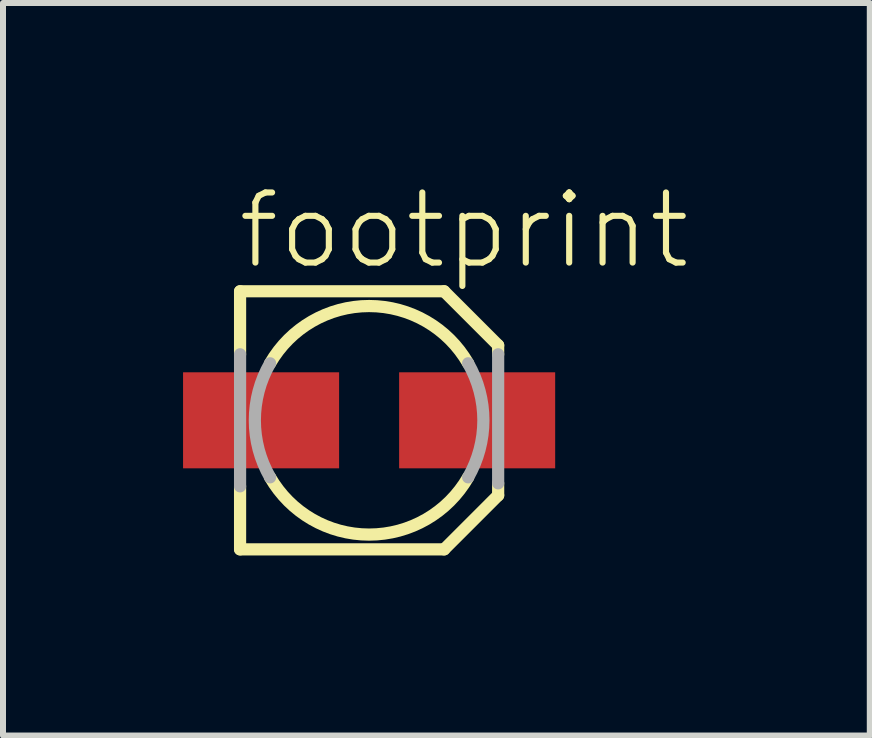
<source format=kicad_pcb>
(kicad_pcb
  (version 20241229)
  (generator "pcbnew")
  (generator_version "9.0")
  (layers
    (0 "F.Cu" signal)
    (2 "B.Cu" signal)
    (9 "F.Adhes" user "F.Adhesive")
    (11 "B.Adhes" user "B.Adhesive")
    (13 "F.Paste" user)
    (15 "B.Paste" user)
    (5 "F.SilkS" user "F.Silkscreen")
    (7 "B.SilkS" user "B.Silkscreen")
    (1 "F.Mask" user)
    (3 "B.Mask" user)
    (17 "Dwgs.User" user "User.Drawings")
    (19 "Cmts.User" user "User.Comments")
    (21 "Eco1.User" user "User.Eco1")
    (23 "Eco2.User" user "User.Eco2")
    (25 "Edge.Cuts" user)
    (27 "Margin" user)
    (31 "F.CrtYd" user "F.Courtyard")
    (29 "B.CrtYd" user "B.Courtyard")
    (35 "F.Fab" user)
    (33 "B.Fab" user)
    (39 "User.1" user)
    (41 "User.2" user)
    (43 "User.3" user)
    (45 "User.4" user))
  (footprint "footprint"
    (layer "F.Cu")
    (at 3.1 3.953)
    (property "Reference" "footprint" (at -2.24 -2.48 0) (layer "F.SilkS") (effects (font (size 1.168 1.168) (thickness 0.102)) (justify left bottom)))
    (fp_line (start -2.15 -2.15) (end 1.25 -2.15) (stroke (width 0.203) (type solid)) (layer "F.SilkS"))
    (fp_line (start -2.15 -1.1) (end -2.15 -2.15) (stroke (width 0.203) (type solid)) (layer "F.SilkS"))
    (fp_line (start -2.15 2.15) (end -2.15 1.1) (stroke (width 0.203) (type solid)) (layer "F.SilkS"))
    (fp_line (start 1.25 -2.15) (end 2.15 -1.25) (stroke (width 0.203) (type solid)) (layer "F.SilkS"))
    (fp_line (start 1.25 2.15) (end -2.15 2.15) (stroke (width 0.203) (type solid)) (layer "F.SilkS"))
    (fp_line (start 2.15 -1.25) (end 2.15 -1.1) (stroke (width 0.203) (type solid)) (layer "F.SilkS"))
    (fp_line (start 2.15 1.05) (end 2.15 1.25) (stroke (width 0.203) (type solid)) (layer "F.SilkS"))
    (fp_line (start 2.15 1.25) (end 1.25 2.15) (stroke (width 0.203) (type solid)) (layer "F.SilkS"))
    (fp_arc (start -1.65 -0.95) (mid 0 -1.903943) (end 1.65 -0.95) (stroke (width 0.2032) (type solid)) (layer "F.SilkS"))
    (fp_arc (start 1.65 0.95) (mid 0 1.903943) (end -1.65 0.95) (stroke (width 0.2032) (type solid)) (layer "F.SilkS"))
    (fp_line (start -2.15 1.1) (end -2.15 -1.1) (stroke (width 0.203) (type solid)) (layer "F.Fab"))
    (fp_line (start 2.15 -1.1) (end 2.15 1.05) (stroke (width 0.203) (type solid)) (layer "F.Fab"))
    (fp_arc (start -1.65 0.95) (mid -1.903943 0) (end -1.65 -0.95) (stroke (width 0.2032) (type solid)) (layer "F.Fab"))
    (fp_arc (start 1.65 -0.95) (mid 1.903943 0) (end 1.65 0.95) (stroke (width 0.2032) (type solid)) (layer "F.Fab"))
    (pad "+" smd rect (at 1.8 0) (size 2.6 1.6) (layers "F.Cu" "F.Mask" "F.Paste"))
    (pad "-" smd rect (at -1.8 0) (size 2.6 1.6) (layers "F.Cu" "F.Mask" "F.Paste")))
  (gr_rect
    (start -3 -3)
    (end 11.442 9.205)
    (stroke (width 0.1) (type default))
    (fill no)
    (layer "Edge.Cuts")))
</source>
